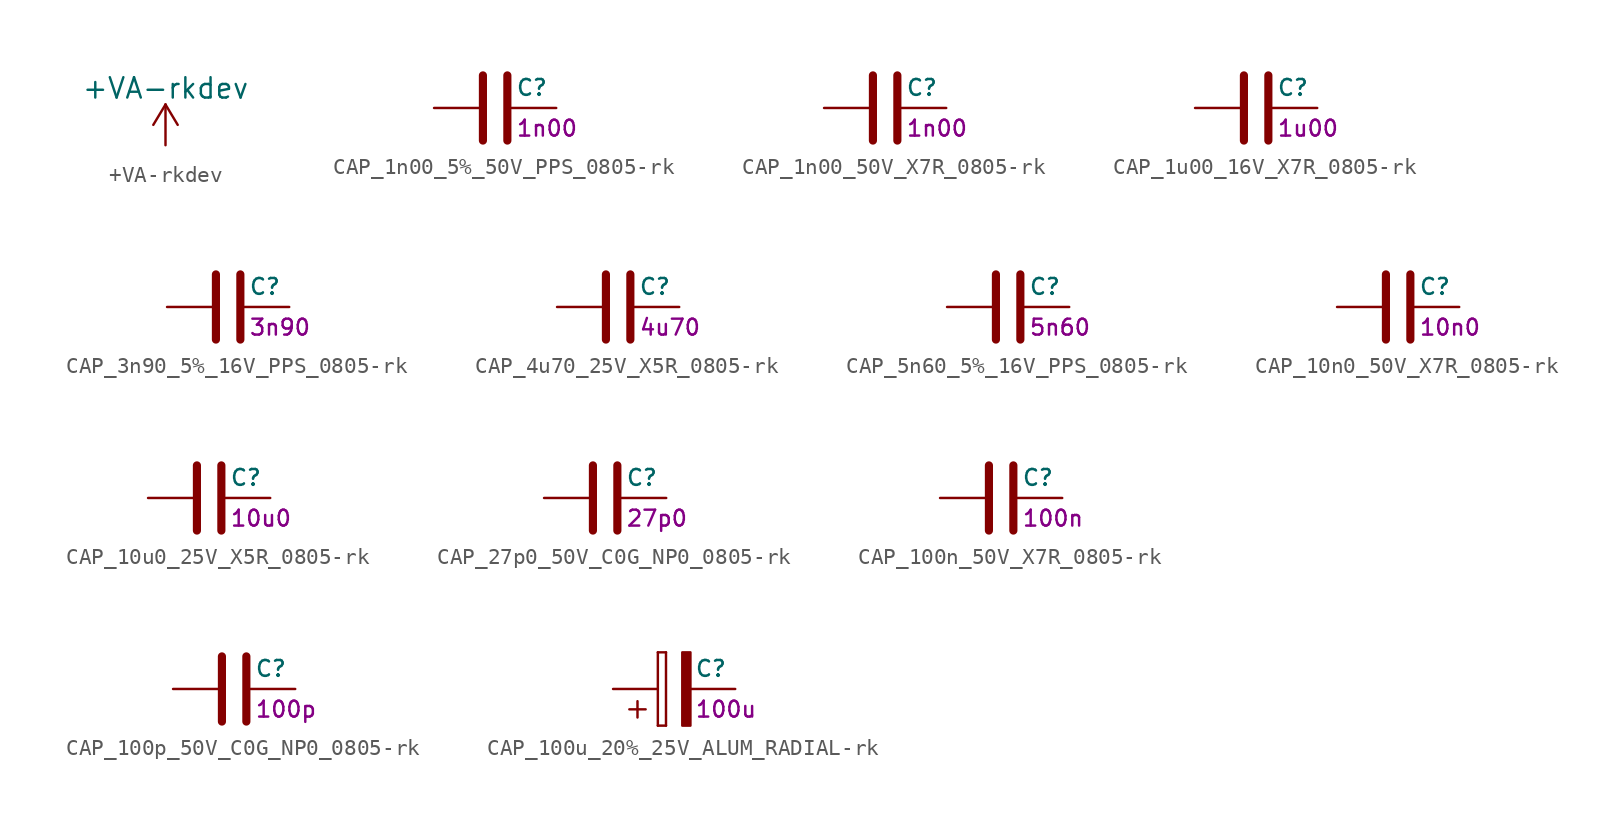
<source format=kicad_sym>
(kicad_symbol_lib
  (version 20211014)
  (generator kicad_symbol_editor)
  (symbol "+VA-rkdev"
    (power)
    (pin_names
      (offset 0))
    (property "Reference" "#PWR"
      (at 0 -3.81 0)
      (effects (font (size 1.27 1.27)) hide))
    (property "Value" "+VA-rkdev"
      (at 0 3.556 0)
      (effects (font (size 1.27 1.27))))
    (property "Footprint" ""
      (at 0 0 0)
      (effects (font (size 1.27 1.27))))
    (property "Datasheet" ""
      (at 0 0 0)
      (effects (font (size 1.27 1.27))))
    (symbol "+VA-rkdev_0_1"
      (polyline (pts (xy -0.762 1.27) (xy 0 2.54)) (stroke (width 0) (type default) (color 0 0 0 0)) (fill (type none)))
      (polyline (pts (xy 0 0) (xy 0 2.54)) (stroke (width 0) (type default) (color 0 0 0 0)) (fill (type none)))
      (polyline (pts (xy 0 2.54) (xy 0.762 1.27)) (stroke (width 0) (type default) (color 0 0 0 0)) (fill (type none))))
    (symbol "+VA-rkdev_1_1"
      (pin power_in line (at 0 0 90) (length 0) hide (name "+VA" (effects (font (size 1.27 1.27)))) (number "1" (effects (font (size 1.27 1.27)))))))
  (symbol "CAP_1n00_5%_50V_PPS_0805-rk"
    (pin_numbers hide)
    (pin_names
      (offset 0.254))
    (property "Reference" "C"
      (at 1.27 1.27 0)
      (effects (font (size 0.991 0.991)) (justify left)))
    (property "Value1" "1n00"
      (at 1.27 -1.27 0)
      (effects (font (size 0.991 0.991)) (justify left)))
    (symbol "CAP_1n00_5%_50V_PPS_0805-rk_0_1"
      (polyline (pts (xy -0.762 -2.032) (xy -0.762 2.032)) (stroke (width 0.508) (type default) (color 0 0 0 0)) (fill (type none)))
      (polyline (pts (xy 0.762 -2.032) (xy 0.762 2.032)) (stroke (width 0.508) (type default) (color 0 0 0 0)) (fill (type none))))
    (symbol "CAP_1n00_5%_50V_PPS_0805-rk_1_1"
      (pin passive line (at -3.81 0 0) (length 2.794) (name "~" (effects (font (size 1.27 1.27)))) (number "1" (effects (font (size 1.27 1.27)))))
      (pin passive line (at 3.81 0 180) (length 2.794) (name "~" (effects (font (size 1.27 1.27)))) (number "2" (effects (font (size 1.27 1.27)))))))
  (symbol "CAP_1n00_50V_X7R_0805-rk"
    (pin_numbers hide)
    (pin_names
      (offset 0.254))
    (property "Reference" "C"
      (at 1.27 1.27 0)
      (effects (font (size 0.991 0.991)) (justify left)))
    (property "Value1" "1n00"
      (at 1.27 -1.27 0)
      (effects (font (size 0.991 0.991)) (justify left)))
    (symbol "CAP_1n00_50V_X7R_0805-rk_0_1"
      (polyline (pts (xy -0.762 -2.032) (xy -0.762 2.032)) (stroke (width 0.508) (type default) (color 0 0 0 0)) (fill (type none)))
      (polyline (pts (xy 0.762 -2.032) (xy 0.762 2.032)) (stroke (width 0.508) (type default) (color 0 0 0 0)) (fill (type none))))
    (symbol "CAP_1n00_50V_X7R_0805-rk_1_1"
      (pin passive line (at -3.81 0 0) (length 2.794) (name "~" (effects (font (size 1.27 1.27)))) (number "1" (effects (font (size 1.27 1.27)))))
      (pin passive line (at 3.81 0 180) (length 2.794) (name "~" (effects (font (size 1.27 1.27)))) (number "2" (effects (font (size 1.27 1.27)))))))
  (symbol "CAP_1u00_16V_X7R_0805-rk"
    (pin_numbers hide)
    (pin_names
      (offset 0.254))
    (property "Reference" "C"
      (at 1.27 1.27 0)
      (effects (font (size 0.991 0.991)) (justify left)))
    (property "Value1" "1u00"
      (at 1.27 -1.27 0)
      (effects (font (size 0.991 0.991)) (justify left)))
    (symbol "CAP_1u00_16V_X7R_0805-rk_0_1"
      (polyline (pts (xy -0.762 -2.032) (xy -0.762 2.032)) (stroke (width 0.508) (type default) (color 0 0 0 0)) (fill (type none)))
      (polyline (pts (xy 0.762 -2.032) (xy 0.762 2.032)) (stroke (width 0.508) (type default) (color 0 0 0 0)) (fill (type none))))
    (symbol "CAP_1u00_16V_X7R_0805-rk_1_1"
      (pin passive line (at -3.81 0 0) (length 2.794) (name "~" (effects (font (size 1.27 1.27)))) (number "1" (effects (font (size 1.27 1.27)))))
      (pin passive line (at 3.81 0 180) (length 2.794) (name "~" (effects (font (size 1.27 1.27)))) (number "2" (effects (font (size 1.27 1.27)))))))
  (symbol "CAP_3n90_5%_16V_PPS_0805-rk"
    (pin_numbers hide)
    (pin_names
      (offset 0.254))
    (property "Reference" "C"
      (at 1.27 1.27 0)
      (effects (font (size 0.991 0.991)) (justify left)))
    (property "Value1" "3n90"
      (at 1.27 -1.27 0)
      (effects (font (size 0.991 0.991)) (justify left)))
    (symbol "CAP_3n90_5%_16V_PPS_0805-rk_0_1"
      (polyline (pts (xy -0.762 -2.032) (xy -0.762 2.032)) (stroke (width 0.508) (type default) (color 0 0 0 0)) (fill (type none)))
      (polyline (pts (xy 0.762 -2.032) (xy 0.762 2.032)) (stroke (width 0.508) (type default) (color 0 0 0 0)) (fill (type none))))
    (symbol "CAP_3n90_5%_16V_PPS_0805-rk_1_1"
      (pin passive line (at -3.81 0 0) (length 2.794) (name "~" (effects (font (size 1.27 1.27)))) (number "1" (effects (font (size 1.27 1.27)))))
      (pin passive line (at 3.81 0 180) (length 2.794) (name "~" (effects (font (size 1.27 1.27)))) (number "2" (effects (font (size 1.27 1.27)))))))
  (symbol "CAP_4u70_25V_X5R_0805-rk"
    (pin_numbers hide)
    (pin_names
      (offset 0.254))
    (property "Reference" "C"
      (at 1.27 1.27 0)
      (effects (font (size 0.991 0.991)) (justify left)))
    (property "Value1" "4u70"
      (at 1.27 -1.27 0)
      (effects (font (size 0.991 0.991)) (justify left)))
    (symbol "CAP_4u70_25V_X5R_0805-rk_0_1"
      (polyline (pts (xy -0.762 -2.032) (xy -0.762 2.032)) (stroke (width 0.508) (type default) (color 0 0 0 0)) (fill (type none)))
      (polyline (pts (xy 0.762 -2.032) (xy 0.762 2.032)) (stroke (width 0.508) (type default) (color 0 0 0 0)) (fill (type none))))
    (symbol "CAP_4u70_25V_X5R_0805-rk_1_1"
      (pin passive line (at -3.81 0 0) (length 2.794) (name "~" (effects (font (size 1.27 1.27)))) (number "1" (effects (font (size 1.27 1.27)))))
      (pin passive line (at 3.81 0 180) (length 2.794) (name "~" (effects (font (size 1.27 1.27)))) (number "2" (effects (font (size 1.27 1.27)))))))
  (symbol "CAP_5n60_5%_16V_PPS_0805-rk"
    (pin_numbers hide)
    (pin_names
      (offset 0.254))
    (property "Reference" "C"
      (at 1.27 1.27 0)
      (effects (font (size 0.991 0.991)) (justify left)))
    (property "Value1" "5n60"
      (at 1.27 -1.27 0)
      (effects (font (size 0.991 0.991)) (justify left)))
    (symbol "CAP_5n60_5%_16V_PPS_0805-rk_0_1"
      (polyline (pts (xy -0.762 -2.032) (xy -0.762 2.032)) (stroke (width 0.508) (type default) (color 0 0 0 0)) (fill (type none)))
      (polyline (pts (xy 0.762 -2.032) (xy 0.762 2.032)) (stroke (width 0.508) (type default) (color 0 0 0 0)) (fill (type none))))
    (symbol "CAP_5n60_5%_16V_PPS_0805-rk_1_1"
      (pin passive line (at -3.81 0 0) (length 2.794) (name "~" (effects (font (size 1.27 1.27)))) (number "1" (effects (font (size 1.27 1.27)))))
      (pin passive line (at 3.81 0 180) (length 2.794) (name "~" (effects (font (size 1.27 1.27)))) (number "2" (effects (font (size 1.27 1.27)))))))
  (symbol "CAP_10n0_50V_X7R_0805-rk"
    (pin_numbers hide)
    (pin_names
      (offset 0.254))
    (property "Reference" "C"
      (at 1.27 1.27 0)
      (effects (font (size 0.991 0.991)) (justify left)))
    (property "Value1" "10n0"
      (at 1.27 -1.27 0)
      (effects (font (size 0.991 0.991)) (justify left)))
    (symbol "CAP_10n0_50V_X7R_0805-rk_0_1"
      (polyline (pts (xy -0.762 -2.032) (xy -0.762 2.032)) (stroke (width 0.508) (type default) (color 0 0 0 0)) (fill (type none)))
      (polyline (pts (xy 0.762 -2.032) (xy 0.762 2.032)) (stroke (width 0.508) (type default) (color 0 0 0 0)) (fill (type none))))
    (symbol "CAP_10n0_50V_X7R_0805-rk_1_1"
      (pin passive line (at -3.81 0 0) (length 2.794) (name "~" (effects (font (size 1.27 1.27)))) (number "1" (effects (font (size 1.27 1.27)))))
      (pin passive line (at 3.81 0 180) (length 2.794) (name "~" (effects (font (size 1.27 1.27)))) (number "2" (effects (font (size 1.27 1.27)))))))
  (symbol "CAP_10u0_25V_X5R_0805-rk"
    (pin_numbers hide)
    (pin_names
      (offset 0.254))
    (property "Reference" "C"
      (at 1.27 1.27 0)
      (effects (font (size 0.991 0.991)) (justify left)))
    (property "Value1" "10u0"
      (at 1.27 -1.27 0)
      (effects (font (size 0.991 0.991)) (justify left)))
    (symbol "CAP_10u0_25V_X5R_0805-rk_0_1"
      (polyline (pts (xy -0.762 -2.032) (xy -0.762 2.032)) (stroke (width 0.508) (type default) (color 0 0 0 0)) (fill (type none)))
      (polyline (pts (xy 0.762 -2.032) (xy 0.762 2.032)) (stroke (width 0.508) (type default) (color 0 0 0 0)) (fill (type none))))
    (symbol "CAP_10u0_25V_X5R_0805-rk_1_1"
      (pin passive line (at -3.81 0 0) (length 2.794) (name "~" (effects (font (size 1.27 1.27)))) (number "1" (effects (font (size 1.27 1.27)))))
      (pin passive line (at 3.81 0 180) (length 2.794) (name "~" (effects (font (size 1.27 1.27)))) (number "2" (effects (font (size 1.27 1.27)))))))
  (symbol "CAP_27p0_50V_C0G_NP0_0805-rk"
    (pin_numbers hide)
    (pin_names
      (offset 0.254))
    (property "Reference" "C"
      (at 1.27 1.27 0)
      (effects (font (size 0.991 0.991)) (justify left)))
    (property "Value1" "27p0"
      (at 1.27 -1.27 0)
      (effects (font (size 0.991 0.991)) (justify left)))
    (symbol "CAP_27p0_50V_C0G_NP0_0805-rk_0_1"
      (polyline (pts (xy -0.762 -2.032) (xy -0.762 2.032)) (stroke (width 0.508) (type default) (color 0 0 0 0)) (fill (type none)))
      (polyline (pts (xy 0.762 -2.032) (xy 0.762 2.032)) (stroke (width 0.508) (type default) (color 0 0 0 0)) (fill (type none))))
    (symbol "CAP_27p0_50V_C0G_NP0_0805-rk_1_1"
      (pin passive line (at -3.81 0 0) (length 2.794) (name "~" (effects (font (size 1.27 1.27)))) (number "1" (effects (font (size 1.27 1.27)))))
      (pin passive line (at 3.81 0 180) (length 2.794) (name "~" (effects (font (size 1.27 1.27)))) (number "2" (effects (font (size 1.27 1.27)))))))
  (symbol "CAP_100n_50V_X7R_0805-rk"
    (pin_numbers hide)
    (pin_names
      (offset 0.254))
    (property "Reference" "C"
      (at 1.27 1.27 0)
      (effects (font (size 0.991 0.991)) (justify left)))
    (property "Value1" "100n"
      (at 1.27 -1.27 0)
      (effects (font (size 0.991 0.991)) (justify left)))
    (symbol "CAP_100n_50V_X7R_0805-rk_0_1"
      (polyline (pts (xy -0.762 -2.032) (xy -0.762 2.032)) (stroke (width 0.508) (type default) (color 0 0 0 0)) (fill (type none)))
      (polyline (pts (xy 0.762 -2.032) (xy 0.762 2.032)) (stroke (width 0.508) (type default) (color 0 0 0 0)) (fill (type none))))
    (symbol "CAP_100n_50V_X7R_0805-rk_1_1"
      (pin passive line (at -3.81 0 0) (length 2.794) (name "~" (effects (font (size 1.27 1.27)))) (number "1" (effects (font (size 1.27 1.27)))))
      (pin passive line (at 3.81 0 180) (length 2.794) (name "~" (effects (font (size 1.27 1.27)))) (number "2" (effects (font (size 1.27 1.27)))))))
  (symbol "CAP_100p_50V_C0G_NP0_0805-rk"
    (pin_numbers hide)
    (pin_names
      (offset 0.254))
    (property "Reference" "C"
      (at 1.27 1.27 0)
      (effects (font (size 0.991 0.991)) (justify left)))
    (property "Value1" "100p"
      (at 1.27 -1.27 0)
      (effects (font (size 0.991 0.991)) (justify left)))
    (symbol "CAP_100p_50V_C0G_NP0_0805-rk_0_1"
      (polyline (pts (xy -0.762 -2.032) (xy -0.762 2.032)) (stroke (width 0.508) (type default) (color 0 0 0 0)) (fill (type none)))
      (polyline (pts (xy 0.762 -2.032) (xy 0.762 2.032)) (stroke (width 0.508) (type default) (color 0 0 0 0)) (fill (type none))))
    (symbol "CAP_100p_50V_C0G_NP0_0805-rk_1_1"
      (pin passive line (at -3.81 0 0) (length 2.794) (name "~" (effects (font (size 1.27 1.27)))) (number "1" (effects (font (size 1.27 1.27)))))
      (pin passive line (at 3.81 0 180) (length 2.794) (name "~" (effects (font (size 1.27 1.27)))) (number "2" (effects (font (size 1.27 1.27)))))))
  (symbol "CAP_100u_20%_25V_ALUM_RADIAL-rk"
    (pin_numbers hide)
    (pin_names
      (offset 0.254))
    (property "Reference" "C"
      (at 1.27 1.27 0)
      (effects (font (size 0.991 0.991)) (justify left)))
    (property "Value1" "100u"
      (at 1.27 -1.27 0)
      (effects (font (size 0.991 0.991)) (justify left)))
    (symbol "CAP_100u_20%_25V_ALUM_RADIAL-rk_0_1"
      (rectangle (start -1.016 2.286) (end -1.016 -2.286) (stroke (width 0) (type default) (color 0 0 0 0)) (fill (type none)))
      (rectangle (start -1.016 2.286) (end -0.508 2.286) (stroke (width 0) (type default) (color 0 0 0 0)) (fill (type none)))
      (rectangle (start -0.508 -2.286) (end -1.016 -2.286) (stroke (width 0) (type default) (color 0 0 0 0)) (fill (type none)))
      (rectangle (start -0.508 -2.286) (end -0.508 2.286) (stroke (width 0) (type default) (color 0 0 0 0)) (fill (type none)))
      (polyline (pts (xy -2.794 -1.27) (xy -1.778 -1.27)) (stroke (width 0) (type default) (color 0 0 0 0)) (fill (type none)))
      (polyline (pts (xy -2.286 -1.778) (xy -2.286 -0.762)) (stroke (width 0) (type default) (color 0 0 0 0)) (fill (type none)))
      (rectangle (start 0.508 2.286) (end 1.016 -2.286) (stroke (width 0) (type default) (color 0 0 0 0)) (fill (type outline))))
    (symbol "CAP_100u_20%_25V_ALUM_RADIAL-rk_1_1"
      (pin passive line (at -3.81 0 0) (length 2.794) (name "~" (effects (font (size 1.27 1.27)))) (number "1" (effects (font (size 1.27 1.27)))))
      (pin passive line (at 3.81 0 180) (length 2.794) (name "~" (effects (font (size 1.27 1.27)))) (number "2" (effects (font (size 1.27 1.27))))))))
</source>
